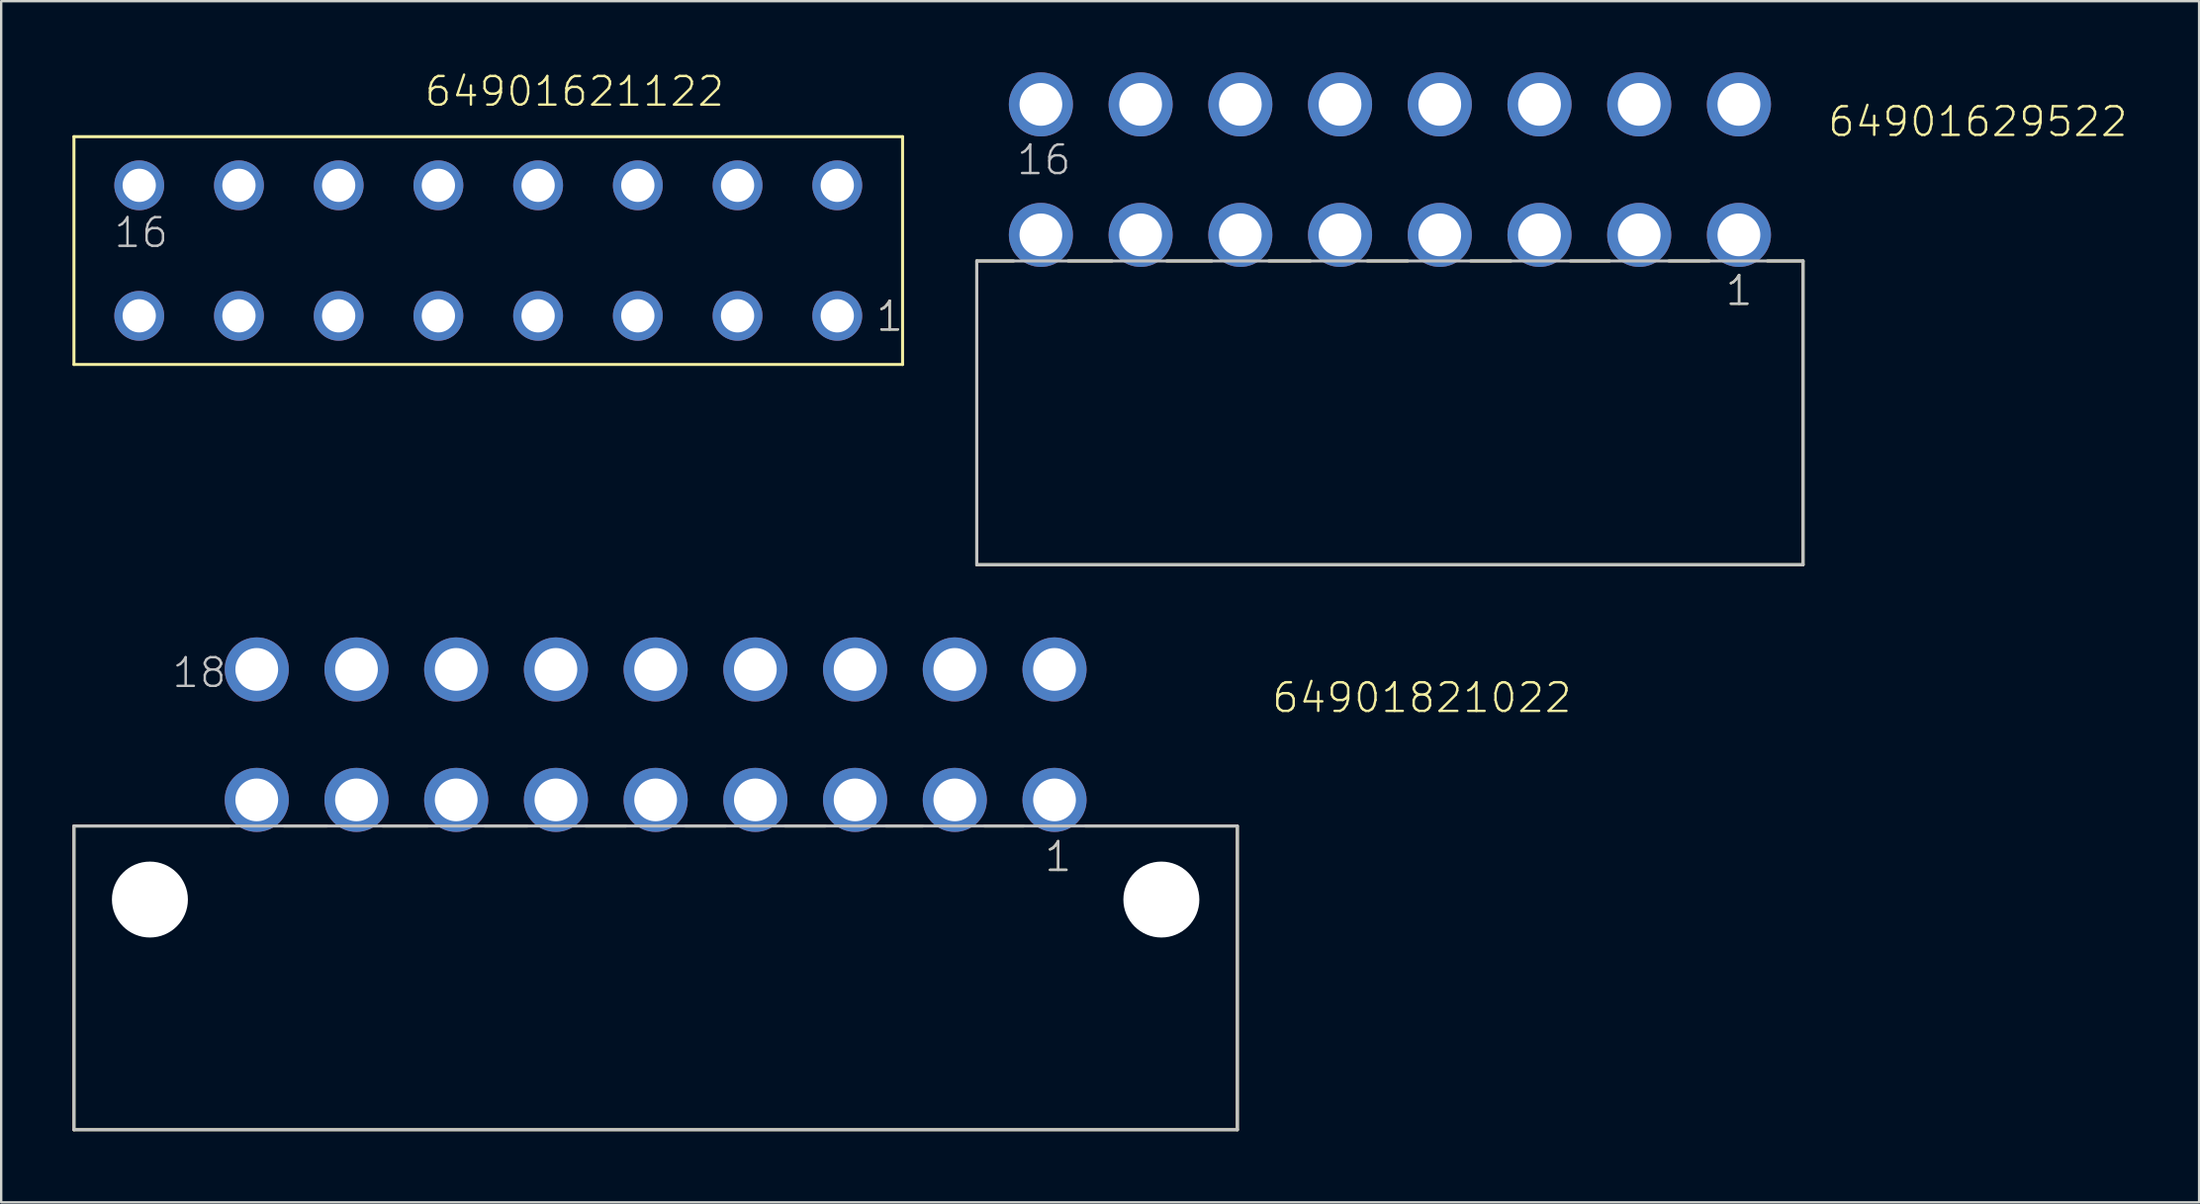
<source format=kicad_pcb>
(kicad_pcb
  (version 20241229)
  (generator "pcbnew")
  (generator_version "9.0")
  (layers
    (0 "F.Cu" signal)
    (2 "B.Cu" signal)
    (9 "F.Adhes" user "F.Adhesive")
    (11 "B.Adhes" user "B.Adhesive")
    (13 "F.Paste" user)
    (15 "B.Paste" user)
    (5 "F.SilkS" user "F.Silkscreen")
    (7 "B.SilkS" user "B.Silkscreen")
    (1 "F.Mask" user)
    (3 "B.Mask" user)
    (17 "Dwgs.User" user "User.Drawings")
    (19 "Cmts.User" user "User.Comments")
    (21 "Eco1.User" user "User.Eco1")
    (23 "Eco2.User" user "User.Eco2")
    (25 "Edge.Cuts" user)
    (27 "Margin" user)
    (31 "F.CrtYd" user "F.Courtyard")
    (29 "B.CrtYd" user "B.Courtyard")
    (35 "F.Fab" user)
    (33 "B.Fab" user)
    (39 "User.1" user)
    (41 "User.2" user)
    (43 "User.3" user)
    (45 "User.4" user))
  (footprint "64901621122"
    (layer "F.Cu")
    (at 17.514 7.511)
    (property "Reference" "64901621122" (at -2.75 -6 0) (layer "F.SilkS") (effects (font (size 1.206 1.206) (thickness 0.102)) (justify left bottom)))
    (attr through_hole)
    (fp_line (start -17.45 -4.8) (end 17.45 -4.8) (stroke (width 0.127) (type solid)) (layer "F.SilkS"))
    (fp_line (start -17.45 4.8) (end -17.45 -4.8) (stroke (width 0.127) (type solid)) (layer "F.SilkS"))
    (fp_line (start 17.45 -4.8) (end 17.45 4.8) (stroke (width 0.127) (type solid)) (layer "F.SilkS"))
    (fp_line (start 17.45 4.8) (end -17.45 4.8) (stroke (width 0.127) (type solid)) (layer "F.SilkS"))
    (fp_text user "1" (at 16.265 3.475 0) (layer "F.SilkS") (effects (font (size 1.206 1.206) (thickness 0.102)) (justify left bottom)))
    (fp_text user "1" (at 16.265 3.475 0) (layer "Dwgs.User") (effects (font (size 1.206 1.206) (thickness 0.102)) (justify left bottom)))
    (fp_text user "16" (at -15.835 -0.05 0) (layer "Dwgs.User") (effects (font (size 1.206 1.206) (thickness 0.102)) (justify left bottom)))
    (pad "1" thru_hole circle (at 14.7 2.75) (size 2.1 2.1) (drill 1.4) (layers "*.Cu" "*.Mask"))
    (pad "2" thru_hole circle (at 10.5 2.75) (size 2.1 2.1) (drill 1.4) (layers "*.Cu" "*.Mask"))
    (pad "3" thru_hole circle (at 6.3 2.75) (size 2.1 2.1) (drill 1.4) (layers "*.Cu" "*.Mask"))
    (pad "4" thru_hole circle (at 2.1 2.75) (size 2.1 2.1) (drill 1.4) (layers "*.Cu" "*.Mask"))
    (pad "5" thru_hole circle (at -2.1 2.75) (size 2.1 2.1) (drill 1.4) (layers "*.Cu" "*.Mask"))
    (pad "6" thru_hole circle (at -6.3 2.75) (size 2.1 2.1) (drill 1.4) (layers "*.Cu" "*.Mask"))
    (pad "7" thru_hole circle (at -10.5 2.75) (size 2.1 2.1) (drill 1.4) (layers "*.Cu" "*.Mask"))
    (pad "8" thru_hole circle (at -14.7 2.75) (size 2.1 2.1) (drill 1.4) (layers "*.Cu" "*.Mask"))
    (pad "9" thru_hole circle (at 14.7 -2.75) (size 2.1 2.1) (drill 1.4) (layers "*.Cu" "*.Mask"))
    (pad "10" thru_hole circle (at 10.5 -2.75) (size 2.1 2.1) (drill 1.4) (layers "*.Cu" "*.Mask"))
    (pad "11" thru_hole circle (at 6.3 -2.75) (size 2.1 2.1) (drill 1.4) (layers "*.Cu" "*.Mask"))
    (pad "12" thru_hole circle (at 2.1 -2.75) (size 2.1 2.1) (drill 1.4) (layers "*.Cu" "*.Mask"))
    (pad "13" thru_hole circle (at -2.1 -2.75) (size 2.1 2.1) (drill 1.4) (layers "*.Cu" "*.Mask"))
    (pad "14" thru_hole circle (at -6.3 -2.75) (size 2.1 2.1) (drill 1.4) (layers "*.Cu" "*.Mask"))
    (pad "15" thru_hole circle (at -10.5 -2.75) (size 2.1 2.1) (drill 1.4) (layers "*.Cu" "*.Mask"))
    (pad "16" thru_hole circle (at -14.7 -2.75) (size 2.1 2.1) (drill 1.4) (layers "*.Cu" "*.Mask")))
  (footprint "64901821022"
    (layer "F.Cu")
    (at 24.564 34.864)
    (property "Reference" "64901821022" (at 25.887 -7.8 0) (layer "F.SilkS") (effects (font (size 1.206 1.206) (thickness 0.102)) (justify left bottom)))
    (attr through_hole)
    (fp_line (start -24.5 9.7) (end -24.5 -3.1) (stroke (width 0.127) (type solid)) (layer "F.SilkS"))
    (fp_line (start -24.45 -3.1) (end -17.95 -3.1) (stroke (width 0.127) (type solid)) (layer "F.SilkS"))
    (fp_line (start -15.65 -3.1) (end -13.85 -3.1) (stroke (width 0.127) (type solid)) (layer "F.SilkS"))
    (fp_line (start -11.5 -3.1) (end -9.6 -3.1) (stroke (width 0.127) (type solid)) (layer "F.SilkS"))
    (fp_line (start -7.2 -3.1) (end -5.4 -3.1) (stroke (width 0.127) (type solid)) (layer "F.SilkS"))
    (fp_line (start -2.95 -3.1) (end -1.25 -3.1) (stroke (width 0.127) (type solid)) (layer "F.SilkS"))
    (fp_line (start 1.25 -3.1) (end 2.95 -3.1) (stroke (width 0.127) (type solid)) (layer "F.SilkS"))
    (fp_line (start 5.45 -3.1) (end 7.15 -3.1) (stroke (width 0.127) (type solid)) (layer "F.SilkS"))
    (fp_line (start 9.7 -3.1) (end 11.25 -3.1) (stroke (width 0.127) (type solid)) (layer "F.SilkS"))
    (fp_line (start 13.85 -3.1) (end 15.5 -3.1) (stroke (width 0.127) (type solid)) (layer "F.SilkS"))
    (fp_line (start 18.1 -3.1) (end 24.45 -3.1) (stroke (width 0.127) (type solid)) (layer "F.SilkS"))
    (fp_line (start 24.5 -3.1) (end 24.5 9.7) (stroke (width 0.127) (type solid)) (layer "F.SilkS"))
    (fp_line (start 24.5 9.7) (end -24.5 9.7) (stroke (width 0.127) (type solid)) (layer "F.SilkS"))
    (fp_line (start -24.5 -3.1) (end 24.5 -3.1) (stroke (width 0.127) (type solid)) (layer "Dwgs.User"))
    (fp_line (start -24.5 9.7) (end -24.5 -3.1) (stroke (width 0.127) (type solid)) (layer "Dwgs.User"))
    (fp_line (start 24.5 -3.1) (end 24.5 9.7) (stroke (width 0.127) (type solid)) (layer "Dwgs.User"))
    (fp_line (start 24.5 9.7) (end -24.5 9.7) (stroke (width 0.127) (type solid)) (layer "Dwgs.User"))
    (fp_text user "1" (at 16.315 -1.1 0) (layer "F.SilkS") (effects (font (size 1.206 1.206) (thickness 0.102)) (justify left bottom)))
    (fp_text user "1" (at 16.315 -1.1 0) (layer "Dwgs.User") (effects (font (size 1.206 1.206) (thickness 0.102)) (justify left bottom)))
    (fp_text user "18" (at -20.435 -8.855 0) (layer "Dwgs.User") (effects (font (size 1.206 1.206) (thickness 0.102)) (justify left bottom)))
    (pad "" np_thru_hole circle (at -21.3 0) (size 3.2 3.2) (drill 3.2) (layers "*.Cu"))
    (pad "" np_thru_hole circle (at 21.3 0) (size 3.2 3.2) (drill 3.2) (layers "*.Cu"))
    (pad "1" thru_hole circle (at 16.8 -4.2) (size 2.7 2.7) (drill 1.8) (layers "*.Cu" "*.Mask"))
    (pad "2" thru_hole circle (at 12.6 -4.2) (size 2.7 2.7) (drill 1.8) (layers "*.Cu" "*.Mask"))
    (pad "3" thru_hole circle (at 8.4 -4.2) (size 2.7 2.7) (drill 1.8) (layers "*.Cu" "*.Mask"))
    (pad "4" thru_hole circle (at 4.2 -4.2) (size 2.7 2.7) (drill 1.8) (layers "*.Cu" "*.Mask"))
    (pad "5" thru_hole circle (at 0 -4.2) (size 2.7 2.7) (drill 1.8) (layers "*.Cu" "*.Mask"))
    (pad "6" thru_hole circle (at -4.2 -4.2) (size 2.7 2.7) (drill 1.8) (layers "*.Cu" "*.Mask"))
    (pad "7" thru_hole circle (at -8.4 -4.2) (size 2.7 2.7) (drill 1.8) (layers "*.Cu" "*.Mask"))
    (pad "8" thru_hole circle (at -12.6 -4.2) (size 2.7 2.7) (drill 1.8) (layers "*.Cu" "*.Mask"))
    (pad "9" thru_hole circle (at -16.8 -4.2) (size 2.7 2.7) (drill 1.8) (layers "*.Cu" "*.Mask"))
    (pad "10" thru_hole circle (at 16.8 -9.7) (size 2.7 2.7) (drill 1.8) (layers "*.Cu" "*.Mask"))
    (pad "11" thru_hole circle (at 12.6 -9.7) (size 2.7 2.7) (drill 1.8) (layers "*.Cu" "*.Mask"))
    (pad "12" thru_hole circle (at 8.4 -9.7) (size 2.7 2.7) (drill 1.8) (layers "*.Cu" "*.Mask"))
    (pad "13" thru_hole circle (at 4.2 -9.7) (size 2.7 2.7) (drill 1.8) (layers "*.Cu" "*.Mask"))
    (pad "14" thru_hole circle (at 0 -9.7) (size 2.7 2.7) (drill 1.8) (layers "*.Cu" "*.Mask"))
    (pad "15" thru_hole circle (at -4.2 -9.7) (size 2.7 2.7) (drill 1.8) (layers "*.Cu" "*.Mask"))
    (pad "16" thru_hole circle (at -8.4 -9.7) (size 2.7 2.7) (drill 1.8) (layers "*.Cu" "*.Mask"))
    (pad "17" thru_hole circle (at -12.6 -9.7) (size 2.7 2.7) (drill 1.8) (layers "*.Cu" "*.Mask"))
    (pad "18" thru_hole circle (at -16.8 -9.7) (size 2.7 2.7) (drill 1.8) (layers "*.Cu" "*.Mask")))
  (footprint "64901629522"
    (layer "F.Cu")
    (at 55.49 4.1)
    (property "Reference" "64901629522" (at 18.378 -1.315 0) (layer "F.SilkS") (effects (font (size 1.206 1.206) (thickness 0.102)) (justify left bottom)))
    (attr through_hole)
    (fp_line (start -17.4 3.85) (end -15.85 3.85) (stroke (width 0.127) (type solid)) (layer "F.SilkS"))
    (fp_line (start -17.4 16.65) (end -17.4 3.85) (stroke (width 0.127) (type solid)) (layer "F.SilkS"))
    (fp_line (start -13.55 3.85) (end -11.7 3.85) (stroke (width 0.127) (type solid)) (layer "F.SilkS"))
    (fp_line (start -9.4 3.85) (end -7.5 3.85) (stroke (width 0.127) (type solid)) (layer "F.SilkS"))
    (fp_line (start -5.1 3.85) (end -3.35 3.85) (stroke (width 0.127) (type solid)) (layer "F.SilkS"))
    (fp_line (start -0.95 3.85) (end 0.75 3.85) (stroke (width 0.127) (type solid)) (layer "F.SilkS"))
    (fp_line (start 3.4 3.85) (end 5.1 3.85) (stroke (width 0.127) (type solid)) (layer "F.SilkS"))
    (fp_line (start 7.6 3.85) (end 9.25 3.85) (stroke (width 0.127) (type solid)) (layer "F.SilkS"))
    (fp_line (start 11.75 3.85) (end 13.45 3.85) (stroke (width 0.127) (type solid)) (layer "F.SilkS"))
    (fp_line (start 15.9 3.85) (end 17.4 3.85) (stroke (width 0.127) (type solid)) (layer "F.SilkS"))
    (fp_line (start 17.4 3.85) (end 17.4 16.65) (stroke (width 0.127) (type solid)) (layer "F.SilkS"))
    (fp_line (start 17.4 16.65) (end -17.4 16.65) (stroke (width 0.127) (type solid)) (layer "F.SilkS"))
    (fp_line (start -17.4 3.85) (end 17.4 3.85) (stroke (width 0.127) (type solid)) (layer "Dwgs.User"))
    (fp_line (start -17.4 16.65) (end -17.4 3.85) (stroke (width 0.127) (type solid)) (layer "Dwgs.User"))
    (fp_line (start 17.4 3.85) (end 17.4 16.65) (stroke (width 0.127) (type solid)) (layer "Dwgs.User"))
    (fp_line (start 17.4 16.65) (end -17.4 16.65) (stroke (width 0.127) (type solid)) (layer "Dwgs.User"))
    (fp_text user "1" (at 14.065 5.8 0) (layer "F.SilkS") (effects (font (size 1.206 1.206) (thickness 0.102)) (justify left bottom)))
    (fp_text user "1" (at 14.065 5.8 0) (layer "Dwgs.User") (effects (font (size 1.206 1.206) (thickness 0.102)) (justify left bottom)))
    (fp_text user "16" (at -15.79 0.295 0) (layer "Dwgs.User") (effects (font (size 1.206 1.206) (thickness 0.102)) (justify left bottom)))
    (pad "1" thru_hole circle (at 14.7 2.75) (size 2.7 2.7) (drill 1.8) (layers "*.Cu" "*.Mask"))
    (pad "2" thru_hole circle (at 10.5 2.75) (size 2.7 2.7) (drill 1.8) (layers "*.Cu" "*.Mask"))
    (pad "3" thru_hole circle (at 6.3 2.75) (size 2.7 2.7) (drill 1.8) (layers "*.Cu" "*.Mask"))
    (pad "4" thru_hole circle (at 2.1 2.75) (size 2.7 2.7) (drill 1.8) (layers "*.Cu" "*.Mask"))
    (pad "5" thru_hole circle (at -2.1 2.75) (size 2.7 2.7) (drill 1.8) (layers "*.Cu" "*.Mask"))
    (pad "6" thru_hole circle (at -6.3 2.75) (size 2.7 2.7) (drill 1.8) (layers "*.Cu" "*.Mask"))
    (pad "7" thru_hole circle (at -10.5 2.75) (size 2.7 2.7) (drill 1.8) (layers "*.Cu" "*.Mask"))
    (pad "8" thru_hole circle (at -14.7 2.75) (size 2.7 2.7) (drill 1.8) (layers "*.Cu" "*.Mask"))
    (pad "9" thru_hole circle (at 14.7 -2.75) (size 2.7 2.7) (drill 1.8) (layers "*.Cu" "*.Mask"))
    (pad "10" thru_hole circle (at 10.5 -2.75) (size 2.7 2.7) (drill 1.8) (layers "*.Cu" "*.Mask"))
    (pad "11" thru_hole circle (at 6.3 -2.75) (size 2.7 2.7) (drill 1.8) (layers "*.Cu" "*.Mask"))
    (pad "12" thru_hole circle (at 2.1 -2.75) (size 2.7 2.7) (drill 1.8) (layers "*.Cu" "*.Mask"))
    (pad "13" thru_hole circle (at -2.1 -2.75) (size 2.7 2.7) (drill 1.8) (layers "*.Cu" "*.Mask"))
    (pad "14" thru_hole circle (at -6.3 -2.75) (size 2.7 2.7) (drill 1.8) (layers "*.Cu" "*.Mask"))
    (pad "15" thru_hole circle (at -10.5 -2.75) (size 2.7 2.7) (drill 1.8) (layers "*.Cu" "*.Mask"))
    (pad "16" thru_hole circle (at -14.7 -2.75) (size 2.7 2.7) (drill 1.8) (layers "*.Cu" "*.Mask")))
  (gr_rect
    (start -3 -3)
    (end 89.571 47.627)
    (stroke (width 0.1) (type default))
    (fill no)
    (layer "Edge.Cuts")))
</source>
